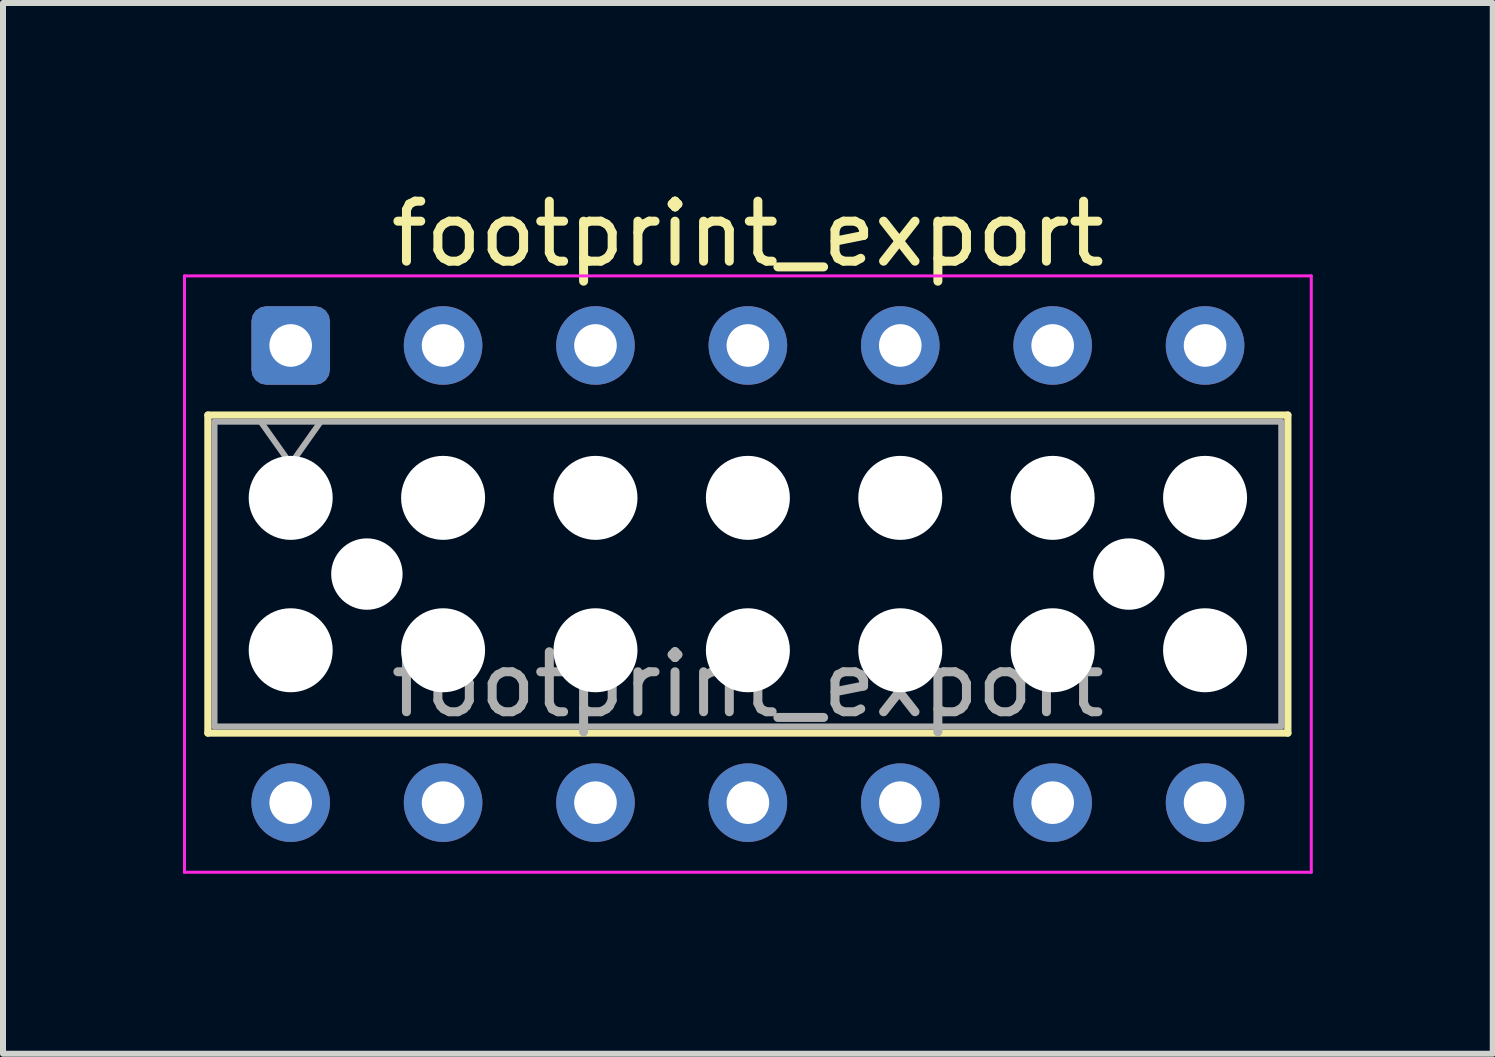
<source format=kicad_pcb>
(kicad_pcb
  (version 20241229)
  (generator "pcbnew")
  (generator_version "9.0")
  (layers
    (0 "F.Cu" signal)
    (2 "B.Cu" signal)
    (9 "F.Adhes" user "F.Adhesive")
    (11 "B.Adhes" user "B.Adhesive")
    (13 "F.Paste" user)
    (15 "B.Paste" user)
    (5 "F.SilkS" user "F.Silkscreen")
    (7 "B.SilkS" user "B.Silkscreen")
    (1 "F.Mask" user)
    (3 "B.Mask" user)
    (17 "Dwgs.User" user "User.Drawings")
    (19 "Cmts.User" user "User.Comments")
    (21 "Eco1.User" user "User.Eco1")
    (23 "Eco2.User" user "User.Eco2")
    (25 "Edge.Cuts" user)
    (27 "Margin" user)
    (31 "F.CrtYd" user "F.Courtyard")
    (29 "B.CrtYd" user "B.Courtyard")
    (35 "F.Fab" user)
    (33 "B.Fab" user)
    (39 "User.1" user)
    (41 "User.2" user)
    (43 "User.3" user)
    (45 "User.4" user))
  (footprint "footprint_export"
    (layer "F.Cu")
    (at 1.795 2.708)
    (property "Reference" "footprint_export" (at 7.62 -1.86 0) (layer "F.SilkS") (effects (font (size 1 1) (thickness 0.15))))
    (attr through_hole)
    (fp_line (start -1.38 1.16) (end 16.62 1.16) (stroke (width 0.12) (type solid)) (layer "F.SilkS"))
    (fp_line (start -1.38 6.46) (end -1.38 1.16) (stroke (width 0.12) (type solid)) (layer "F.SilkS"))
    (fp_line (start 16.62 1.16) (end 16.62 6.46) (stroke (width 0.12) (type solid)) (layer "F.SilkS"))
    (fp_line (start 16.62 6.46) (end -1.38 6.46) (stroke (width 0.12) (type solid)) (layer "F.SilkS"))
    (fp_line (start -1.77 -1.16) (end 17.01 -1.16) (stroke (width 0.05) (type solid)) (layer "F.CrtYd"))
    (fp_line (start -1.77 8.78) (end -1.77 -1.16) (stroke (width 0.05) (type solid)) (layer "F.CrtYd"))
    (fp_line (start 17.01 -1.16) (end 17.01 8.78) (stroke (width 0.05) (type solid)) (layer "F.CrtYd"))
    (fp_line (start 17.01 8.78) (end -1.77 8.78) (stroke (width 0.05) (type solid)) (layer "F.CrtYd"))
    (fp_line (start -1.27 1.27) (end 16.51 1.27) (stroke (width 0.1) (type solid)) (layer "F.Fab"))
    (fp_line (start -1.27 6.35) (end -1.27 1.27) (stroke (width 0.1) (type solid)) (layer "F.Fab"))
    (fp_line (start -0.5 1.27) (end 0 1.977) (stroke (width 0.1) (type solid)) (layer "F.Fab"))
    (fp_line (start 0 1.977) (end 0.5 1.27) (stroke (width 0.1) (type solid)) (layer "F.Fab"))
    (fp_line (start 16.51 1.27) (end 16.51 6.35) (stroke (width 0.1) (type solid)) (layer "F.Fab"))
    (fp_line (start 16.51 6.35) (end -1.27 6.35) (stroke (width 0.1) (type solid)) (layer "F.Fab"))
    (fp_text user "${REFERENCE}" (at 7.62 5.65 0) (layer "F.Fab") (effects (font (size 1 1) (thickness 0.15))))
    (pad "" np_thru_hole circle (at 0 2.54) (size 1.4 1.4) (drill 1.4) (layers "*.Cu" "*.Mask"))
    (pad "" np_thru_hole circle (at 0 5.08) (size 1.4 1.4) (drill 1.4) (layers "*.Cu" "*.Mask"))
    (pad "" np_thru_hole circle (at 1.27 3.81) (size 1.19 1.19) (drill 1.19) (layers "*.Cu" "*.Mask"))
    (pad "" np_thru_hole circle (at 2.54 2.54) (size 1.4 1.4) (drill 1.4) (layers "*.Cu" "*.Mask"))
    (pad "" np_thru_hole circle (at 2.54 5.08) (size 1.4 1.4) (drill 1.4) (layers "*.Cu" "*.Mask"))
    (pad "" np_thru_hole circle (at 5.08 2.54) (size 1.4 1.4) (drill 1.4) (layers "*.Cu" "*.Mask"))
    (pad "" np_thru_hole circle (at 5.08 5.08) (size 1.4 1.4) (drill 1.4) (layers "*.Cu" "*.Mask"))
    (pad "" np_thru_hole circle (at 7.62 2.54) (size 1.4 1.4) (drill 1.4) (layers "*.Cu" "*.Mask"))
    (pad "" np_thru_hole circle (at 7.62 5.08) (size 1.4 1.4) (drill 1.4) (layers "*.Cu" "*.Mask"))
    (pad "" np_thru_hole circle (at 10.16 2.54) (size 1.4 1.4) (drill 1.4) (layers "*.Cu" "*.Mask"))
    (pad "" np_thru_hole circle (at 10.16 5.08) (size 1.4 1.4) (drill 1.4) (layers "*.Cu" "*.Mask"))
    (pad "" np_thru_hole circle (at 12.7 2.54) (size 1.4 1.4) (drill 1.4) (layers "*.Cu" "*.Mask"))
    (pad "" np_thru_hole circle (at 12.7 5.08) (size 1.4 1.4) (drill 1.4) (layers "*.Cu" "*.Mask"))
    (pad "" np_thru_hole circle (at 13.97 3.81) (size 1.19 1.19) (drill 1.19) (layers "*.Cu" "*.Mask"))
    (pad "" np_thru_hole circle (at 15.24 2.54) (size 1.4 1.4) (drill 1.4) (layers "*.Cu" "*.Mask"))
    (pad "" np_thru_hole circle (at 15.24 5.08) (size 1.4 1.4) (drill 1.4) (layers "*.Cu" "*.Mask"))
    (pad "1" thru_hole roundrect (at 0 0) (size 1.31 1.31) (drill 0.71) (layers "*.Cu" "*.Mask") (roundrect_rratio 0.191))
    (pad "2" thru_hole circle (at 0 7.62) (size 1.31 1.31) (drill 0.71) (layers "*.Cu" "*.Mask"))
    (pad "3" thru_hole circle (at 2.54 0) (size 1.31 1.31) (drill 0.71) (layers "*.Cu" "*.Mask"))
    (pad "4" thru_hole circle (at 2.54 7.62) (size 1.31 1.31) (drill 0.71) (layers "*.Cu" "*.Mask"))
    (pad "5" thru_hole circle (at 5.08 0) (size 1.31 1.31) (drill 0.71) (layers "*.Cu" "*.Mask"))
    (pad "6" thru_hole circle (at 5.08 7.62) (size 1.31 1.31) (drill 0.71) (layers "*.Cu" "*.Mask"))
    (pad "7" thru_hole circle (at 7.62 0) (size 1.31 1.31) (drill 0.71) (layers "*.Cu" "*.Mask"))
    (pad "8" thru_hole circle (at 7.62 7.62) (size 1.31 1.31) (drill 0.71) (layers "*.Cu" "*.Mask"))
    (pad "9" thru_hole circle (at 10.16 0) (size 1.31 1.31) (drill 0.71) (layers "*.Cu" "*.Mask"))
    (pad "10" thru_hole circle (at 10.16 7.62) (size 1.31 1.31) (drill 0.71) (layers "*.Cu" "*.Mask"))
    (pad "11" thru_hole circle (at 12.7 0) (size 1.31 1.31) (drill 0.71) (layers "*.Cu" "*.Mask"))
    (pad "12" thru_hole circle (at 12.7 7.62) (size 1.31 1.31) (drill 0.71) (layers "*.Cu" "*.Mask"))
    (pad "13" thru_hole circle (at 15.24 0) (size 1.31 1.31) (drill 0.71) (layers "*.Cu" "*.Mask"))
    (pad "14" thru_hole circle (at 15.24 7.62) (size 1.31 1.31) (drill 0.71) (layers "*.Cu" "*.Mask")))
  (gr_rect
    (start -3 -3)
    (end 21.83 14.513)
    (stroke (width 0.1) (type default))
    (fill no)
    (layer "Edge.Cuts")))
</source>
